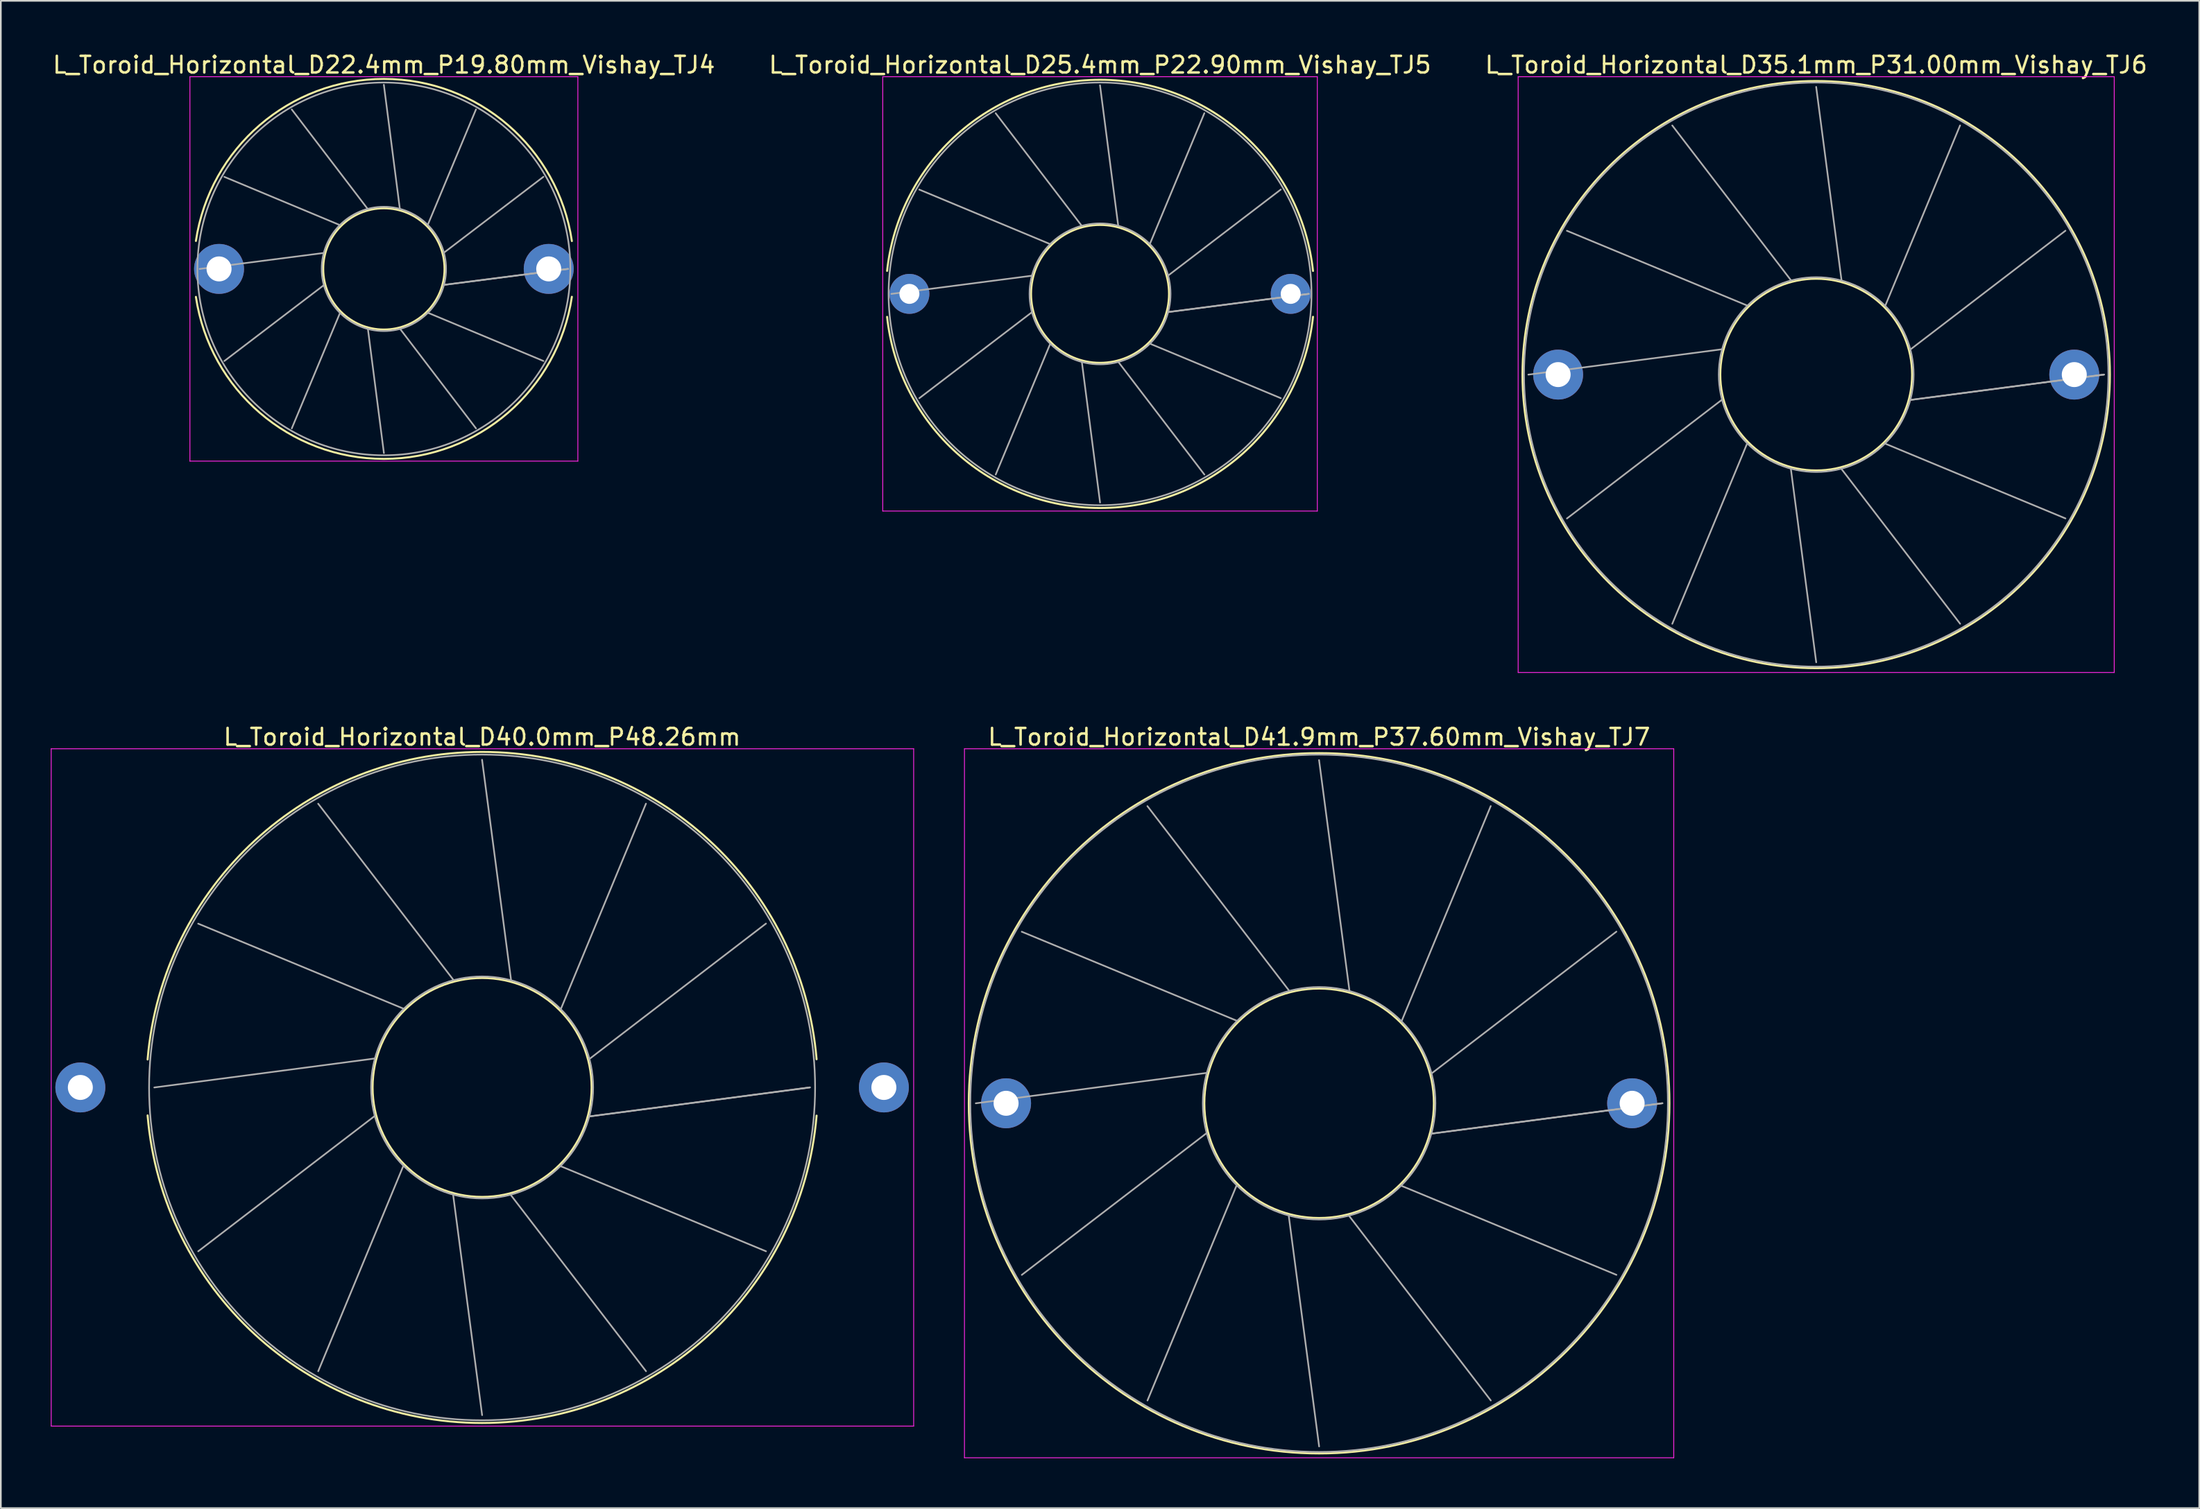
<source format=kicad_pcb>
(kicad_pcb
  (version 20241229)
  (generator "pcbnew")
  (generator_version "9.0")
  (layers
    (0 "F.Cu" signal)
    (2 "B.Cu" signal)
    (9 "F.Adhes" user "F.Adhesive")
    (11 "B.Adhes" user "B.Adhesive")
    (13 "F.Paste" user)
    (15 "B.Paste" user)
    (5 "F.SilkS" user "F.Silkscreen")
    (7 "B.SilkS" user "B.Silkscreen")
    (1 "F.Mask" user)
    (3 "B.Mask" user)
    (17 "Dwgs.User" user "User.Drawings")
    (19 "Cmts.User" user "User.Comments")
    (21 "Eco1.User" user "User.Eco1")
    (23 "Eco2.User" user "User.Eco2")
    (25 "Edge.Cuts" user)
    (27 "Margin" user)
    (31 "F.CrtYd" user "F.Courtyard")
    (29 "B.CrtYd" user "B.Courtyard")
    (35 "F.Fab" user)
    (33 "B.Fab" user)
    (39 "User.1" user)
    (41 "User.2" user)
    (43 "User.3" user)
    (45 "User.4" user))
  (footprint "L_Toroid_Horizontal_D25.4mm_P22.90mm_Vishay_TJ5"
    (layer "F.Cu")
    (at 51.568 14.608)
    (property "Reference" "L_Toroid_Horizontal_D25.4mm_P22.90mm_Vishay_TJ5" (at 11.45 -13.76 0) (layer "F.SilkS") (effects (font (size 1 1) (thickness 0.15))))
    (attr through_hole)
    (fp_arc (start -1.34 -1.38) (mid 11.451843 -12.864233) (end 24.240395 -1.376336) (stroke (width 0.12) (type solid)) (layer "F.SilkS"))
    (fp_arc (start 24.240395 1.376336) (mid 11.451843 12.864233) (end -1.34 1.38) (stroke (width 0.12) (type solid)) (layer "F.SilkS"))
    (fp_circle (center 11.45 0) (end 15.593 0) (stroke (width 0.12) (type solid)) (fill no) (layer "F.SilkS"))
    (fp_line (start -1.6 -13.05) (end -1.6 13.05) (stroke (width 0.05) (type solid)) (layer "F.CrtYd"))
    (fp_line (start -1.6 13.05) (end 24.5 13.05) (stroke (width 0.05) (type solid)) (layer "F.CrtYd"))
    (fp_line (start 24.5 -13.05) (end -1.6 -13.05) (stroke (width 0.05) (type solid)) (layer "F.CrtYd"))
    (fp_line (start 24.5 13.05) (end 24.5 -13.05) (stroke (width 0.05) (type solid)) (layer "F.CrtYd"))
    (fp_line (start -1.084 0.001) (end 7.368 -1.093) (stroke (width 0.1) (type solid)) (layer "F.Fab"))
    (fp_line (start 0.594 -6.266) (end 8.461 -2.988) (stroke (width 0.1) (type solid)) (layer "F.Fab"))
    (fp_line (start 0.596 6.268) (end 7.368 1.094) (stroke (width 0.1) (type solid)) (layer "F.Fab"))
    (fp_line (start 5.182 -10.854) (end 10.356 -4.082) (stroke (width 0.1) (type solid)) (layer "F.Fab"))
    (fp_line (start 5.184 10.855) (end 8.462 2.989) (stroke (width 0.1) (type solid)) (layer "F.Fab"))
    (fp_line (start 11.448 -12.534) (end 12.543 -4.082) (stroke (width 0.1) (type solid)) (layer "F.Fab"))
    (fp_line (start 11.451 12.534) (end 10.356 4.082) (stroke (width 0.1) (type solid)) (layer "F.Fab"))
    (fp_line (start 17.715 -10.856) (end 14.438 -2.989) (stroke (width 0.1) (type solid)) (layer "F.Fab"))
    (fp_line (start 17.717 10.855) (end 12.544 4.082) (stroke (width 0.1) (type solid)) (layer "F.Fab"))
    (fp_line (start 22.304 -6.269) (end 15.532 -1.095) (stroke (width 0.1) (type solid)) (layer "F.Fab"))
    (fp_line (start 22.305 6.267) (end 14.438 2.988) (stroke (width 0.1) (type solid)) (layer "F.Fab"))
    (fp_line (start 23.984 -0.002) (end 15.532 1.093) (stroke (width 0.1) (type solid)) (layer "F.Fab"))
    (fp_line (start 23.984 0) (end 15.532 1.094) (stroke (width 0.1) (type solid)) (layer "F.Fab"))
    (fp_circle (center 11.45 0) (end 15.683 0) (stroke (width 0.1) (type solid)) (fill no) (layer "F.Fab"))
    (fp_circle (center 11.45 0) (end 24.15 0) (stroke (width 0.1) (type solid)) (fill no) (layer "F.Fab"))
    (pad "1" thru_hole circle (at 0 0) (size 2.4 2.4) (drill 1.2) (layers "*.Cu" "*.Mask"))
    (pad "2" thru_hole circle (at 22.9 0) (size 2.4 2.4) (drill 1.2) (layers "*.Cu" "*.Mask")))
  (footprint "L_Toroid_Horizontal_D22.4mm_P19.80mm_Vishay_TJ4"
    (layer "F.Cu")
    (at 10.106 13.108)
    (property "Reference" "L_Toroid_Horizontal_D22.4mm_P19.80mm_Vishay_TJ4" (at 9.9 -12.26 0) (layer "F.SilkS") (effects (font (size 1 1) (thickness 0.15))))
    (attr through_hole)
    (fp_arc (start -1.39 -1.68) (mid 9.902739 -11.414311) (end 21.190805 -1.674581) (stroke (width 0.12) (type solid)) (layer "F.SilkS"))
    (fp_arc (start 21.190805 1.674581) (mid 9.902739 11.414311) (end -1.39 1.68) (stroke (width 0.12) (type solid)) (layer "F.SilkS"))
    (fp_circle (center 9.9 0) (end 13.543 0) (stroke (width 0.12) (type solid)) (fill no) (layer "F.SilkS"))
    (fp_line (start -1.75 -11.55) (end -1.75 11.55) (stroke (width 0.05) (type solid)) (layer "F.CrtYd"))
    (fp_line (start -1.75 11.55) (end 21.55 11.55) (stroke (width 0.05) (type solid)) (layer "F.CrtYd"))
    (fp_line (start 21.55 -11.55) (end -1.75 -11.55) (stroke (width 0.05) (type solid)) (layer "F.CrtYd"))
    (fp_line (start 21.55 11.55) (end 21.55 -11.55) (stroke (width 0.05) (type solid)) (layer "F.CrtYd"))
    (fp_line (start -1.164 0.001) (end 6.31 -0.961) (stroke (width 0.1) (type solid)) (layer "F.Fab"))
    (fp_line (start 0.318 -5.531) (end 7.272 -2.627) (stroke (width 0.1) (type solid)) (layer "F.Fab"))
    (fp_line (start 0.319 5.533) (end 6.311 0.962) (stroke (width 0.1) (type solid)) (layer "F.Fab"))
    (fp_line (start 4.367 -9.581) (end 8.938 -3.589) (stroke (width 0.1) (type solid)) (layer "F.Fab"))
    (fp_line (start 4.368 9.582) (end 7.272 2.628) (stroke (width 0.1) (type solid)) (layer "F.Fab"))
    (fp_line (start 9.898 -11.064) (end 10.861 -3.59) (stroke (width 0.1) (type solid)) (layer "F.Fab"))
    (fp_line (start 9.901 11.064) (end 8.938 3.59) (stroke (width 0.1) (type solid)) (layer "F.Fab"))
    (fp_line (start 15.431 -9.583) (end 12.527 -2.628) (stroke (width 0.1) (type solid)) (layer "F.Fab"))
    (fp_line (start 15.432 9.582) (end 10.862 3.59) (stroke (width 0.1) (type solid)) (layer "F.Fab"))
    (fp_line (start 19.481 -5.534) (end 13.489 -0.962) (stroke (width 0.1) (type solid)) (layer "F.Fab"))
    (fp_line (start 19.482 5.532) (end 12.528 2.628) (stroke (width 0.1) (type solid)) (layer "F.Fab"))
    (fp_line (start 20.964 -0.002) (end 13.49 0.961) (stroke (width 0.1) (type solid)) (layer "F.Fab"))
    (fp_line (start 20.964 0) (end 13.49 0.962) (stroke (width 0.1) (type solid)) (layer "F.Fab"))
    (fp_circle (center 9.9 0) (end 13.633 0) (stroke (width 0.1) (type solid)) (fill no) (layer "F.Fab"))
    (fp_circle (center 9.9 0) (end 21.1 0) (stroke (width 0.1) (type solid)) (fill no) (layer "F.Fab"))
    (pad "1" thru_hole circle (at 0 0) (size 3 3) (drill 1.5) (layers "*.Cu" "*.Mask"))
    (pad "2" thru_hole circle (at 19.8 0) (size 3 3) (drill 1.5) (layers "*.Cu" "*.Mask")))
  (footprint "L_Toroid_Horizontal_D40.0mm_P48.26mm"
    (layer "F.Cu")
    (at 1.775 62.291)
    (property "Reference" "L_Toroid_Horizontal_D40.0mm_P48.26mm" (at 24.13 -21.06 0) (layer "F.SilkS") (effects (font (size 1 1) (thickness 0.15))))
    (attr through_hole)
    (fp_arc (start 4.04 -1.68) (mid 24.12302 -20.16012) (end 44.218832 -1.693911) (stroke (width 0.12) (type solid)) (layer "F.SilkS"))
    (fp_arc (start 44.218832 1.693911) (mid 24.12302 20.16012) (end 4.04 1.68) (stroke (width 0.12) (type solid)) (layer "F.SilkS"))
    (fp_circle (center 24.13 0) (end 30.707 0) (stroke (width 0.12) (type solid)) (fill no) (layer "F.SilkS"))
    (fp_line (start -1.75 -20.35) (end -1.75 20.35) (stroke (width 0.05) (type solid)) (layer "F.CrtYd"))
    (fp_line (start -1.75 20.35) (end 50.05 20.35) (stroke (width 0.05) (type solid)) (layer "F.CrtYd"))
    (fp_line (start 50.05 -20.35) (end -1.75 -20.35) (stroke (width 0.05) (type solid)) (layer "F.CrtYd"))
    (fp_line (start 50.05 20.35) (end 50.05 -20.35) (stroke (width 0.05) (type solid)) (layer "F.CrtYd"))
    (fp_line (start 4.442 0.002) (end 17.65 -1.736) (stroke (width 0.1) (type solid)) (layer "F.Fab"))
    (fp_line (start 7.078 -9.842) (end 19.386 -4.743) (stroke (width 0.1) (type solid)) (layer "F.Fab"))
    (fp_line (start 7.08 9.845) (end 17.651 1.737) (stroke (width 0.1) (type solid)) (layer "F.Fab"))
    (fp_line (start 14.284 -17.049) (end 22.393 -6.479) (stroke (width 0.1) (type solid)) (layer "F.Fab"))
    (fp_line (start 14.287 17.051) (end 19.387 4.744) (stroke (width 0.1) (type solid)) (layer "F.Fab"))
    (fp_line (start 24.127 -19.688) (end 25.865 -6.48) (stroke (width 0.1) (type solid)) (layer "F.Fab"))
    (fp_line (start 24.131 19.688) (end 22.394 6.48) (stroke (width 0.1) (type solid)) (layer "F.Fab"))
    (fp_line (start 33.971 -17.052) (end 28.873 -4.744) (stroke (width 0.1) (type solid)) (layer "F.Fab"))
    (fp_line (start 33.975 17.05) (end 25.866 6.48) (stroke (width 0.1) (type solid)) (layer "F.Fab"))
    (fp_line (start 41.179 -9.847) (end 30.609 -1.737) (stroke (width 0.1) (type solid)) (layer "F.Fab"))
    (fp_line (start 41.181 9.844) (end 28.874 4.743) (stroke (width 0.1) (type solid)) (layer "F.Fab"))
    (fp_line (start 43.818 -0.004) (end 30.61 1.735) (stroke (width 0.1) (type solid)) (layer "F.Fab"))
    (fp_line (start 43.818 0) (end 30.61 1.736) (stroke (width 0.1) (type solid)) (layer "F.Fab"))
    (fp_circle (center 24.13 0) (end 30.797 0) (stroke (width 0.1) (type solid)) (fill no) (layer "F.Fab"))
    (fp_circle (center 24.13 0) (end 44.13 0) (stroke (width 0.1) (type solid)) (fill no) (layer "F.Fab"))
    (pad "1" thru_hole circle (at 0 0) (size 3 3) (drill 1.5) (layers "*.Cu" "*.Mask"))
    (pad "2" thru_hole circle (at 48.26 0) (size 3 3) (drill 1.5) (layers "*.Cu" "*.Mask")))
  (footprint "L_Toroid_Horizontal_D41.9mm_P37.60mm_Vishay_TJ7"
    (layer "F.Cu")
    (at 57.375 63.242)
    (property "Reference" "L_Toroid_Horizontal_D41.9mm_P37.60mm_Vishay_TJ7" (at 18.8 -22.01 0) (layer "F.SilkS") (effects (font (size 1 1) (thickness 0.15))))
    (attr through_hole)
    (fp_circle (center 18.8 0) (end 25.693 0) (stroke (width 0.12) (type solid)) (fill no) (layer "F.SilkS"))
    (fp_circle (center 18.8 0) (end 39.84 0) (stroke (width 0.12) (type solid)) (fill no) (layer "F.SilkS"))
    (fp_line (start -2.5 -21.3) (end -2.5 21.3) (stroke (width 0.05) (type solid)) (layer "F.CrtYd"))
    (fp_line (start -2.5 21.3) (end 40.1 21.3) (stroke (width 0.05) (type solid)) (layer "F.CrtYd"))
    (fp_line (start 40.1 -21.3) (end -2.5 -21.3) (stroke (width 0.05) (type solid)) (layer "F.CrtYd"))
    (fp_line (start 40.1 21.3) (end 40.1 -21.3) (stroke (width 0.05) (type solid)) (layer "F.CrtYd"))
    (fp_line (start -1.819 0.002) (end 12.008 -1.819) (stroke (width 0.1) (type solid)) (layer "F.Fab"))
    (fp_line (start 0.942 -10.308) (end 13.828 -4.971) (stroke (width 0.1) (type solid)) (layer "F.Fab"))
    (fp_line (start 0.944 10.311) (end 12.009 1.82) (stroke (width 0.1) (type solid)) (layer "F.Fab"))
    (fp_line (start 8.488 -17.855) (end 16.979 -6.791) (stroke (width 0.1) (type solid)) (layer "F.Fab"))
    (fp_line (start 8.492 17.857) (end 13.829 4.972) (stroke (width 0.1) (type solid)) (layer "F.Fab"))
    (fp_line (start 18.797 -20.619) (end 20.619 -6.792) (stroke (width 0.1) (type solid)) (layer "F.Fab"))
    (fp_line (start 18.801 20.619) (end 16.981 6.792) (stroke (width 0.1) (type solid)) (layer "F.Fab"))
    (fp_line (start 29.107 -17.858) (end 23.771 -4.973) (stroke (width 0.1) (type solid)) (layer "F.Fab"))
    (fp_line (start 29.11 17.856) (end 20.62 6.792) (stroke (width 0.1) (type solid)) (layer "F.Fab"))
    (fp_line (start 36.655 -10.313) (end 25.591 -1.821) (stroke (width 0.1) (type solid)) (layer "F.Fab"))
    (fp_line (start 36.657 10.309) (end 23.772 4.972) (stroke (width 0.1) (type solid)) (layer "F.Fab"))
    (fp_line (start 39.419 -0.004) (end 25.592 1.818) (stroke (width 0.1) (type solid)) (layer "F.Fab"))
    (fp_line (start 39.419 0) (end 25.592 1.82) (stroke (width 0.1) (type solid)) (layer "F.Fab"))
    (fp_circle (center 18.8 0) (end 25.783 0) (stroke (width 0.1) (type solid)) (fill no) (layer "F.Fab"))
    (fp_circle (center 18.8 0) (end 39.75 0) (stroke (width 0.1) (type solid)) (fill no) (layer "F.Fab"))
    (pad "1" thru_hole circle (at 0 0) (size 3 3) (drill 1.5) (layers "*.Cu" "*.Mask"))
    (pad "2" thru_hole circle (at 37.6 0) (size 3 3) (drill 1.5) (layers "*.Cu" "*.Mask")))
  (footprint "L_Toroid_Horizontal_D35.1mm_P31.00mm_Vishay_TJ6"
    (layer "F.Cu")
    (at 90.53 19.458)
    (property "Reference" "L_Toroid_Horizontal_D35.1mm_P31.00mm_Vishay_TJ6" (at 15.5 -18.61 0) (layer "F.SilkS") (effects (font (size 1 1) (thickness 0.15))))
    (attr through_hole)
    (fp_circle (center 15.5 0) (end 21.26 0) (stroke (width 0.12) (type solid)) (fill no) (layer "F.SilkS"))
    (fp_circle (center 15.5 0) (end 33.14 0) (stroke (width 0.12) (type solid)) (fill no) (layer "F.SilkS"))
    (fp_line (start -2.4 -17.9) (end -2.4 17.9) (stroke (width 0.05) (type solid)) (layer "F.CrtYd"))
    (fp_line (start -2.4 17.9) (end 33.4 17.9) (stroke (width 0.05) (type solid)) (layer "F.CrtYd"))
    (fp_line (start 33.4 -17.9) (end -2.4 -17.9) (stroke (width 0.05) (type solid)) (layer "F.CrtYd"))
    (fp_line (start 33.4 17.9) (end 33.4 -17.9) (stroke (width 0.05) (type solid)) (layer "F.CrtYd"))
    (fp_line (start -1.787 0.002) (end 9.825 -1.52) (stroke (width 0.1) (type solid)) (layer "F.Fab"))
    (fp_line (start 0.528 -8.642) (end 11.345 -4.154) (stroke (width 0.1) (type solid)) (layer "F.Fab"))
    (fp_line (start 0.53 8.645) (end 9.825 1.521) (stroke (width 0.1) (type solid)) (layer "F.Fab"))
    (fp_line (start 6.855 -14.97) (end 13.979 -5.675) (stroke (width 0.1) (type solid)) (layer "F.Fab"))
    (fp_line (start 6.857 14.972) (end 11.346 4.155) (stroke (width 0.1) (type solid)) (layer "F.Fab"))
    (fp_line (start 15.498 -17.287) (end 17.02 -5.675) (stroke (width 0.1) (type solid)) (layer "F.Fab"))
    (fp_line (start 15.501 17.287) (end 13.98 5.675) (stroke (width 0.1) (type solid)) (layer "F.Fab"))
    (fp_line (start 24.141 -14.972) (end 19.654 -4.155) (stroke (width 0.1) (type solid)) (layer "F.Fab"))
    (fp_line (start 24.144 14.971) (end 17.021 5.675) (stroke (width 0.1) (type solid)) (layer "F.Fab"))
    (fp_line (start 30.47 -8.646) (end 21.175 -1.522) (stroke (width 0.1) (type solid)) (layer "F.Fab"))
    (fp_line (start 30.471 8.643) (end 19.654 4.154) (stroke (width 0.1) (type solid)) (layer "F.Fab"))
    (fp_line (start 32.787 -0.003) (end 21.175 1.52) (stroke (width 0.1) (type solid)) (layer "F.Fab"))
    (fp_line (start 32.787 0) (end 21.175 1.521) (stroke (width 0.1) (type solid)) (layer "F.Fab"))
    (fp_circle (center 15.5 0) (end 21.35 0) (stroke (width 0.1) (type solid)) (fill no) (layer "F.Fab"))
    (fp_circle (center 15.5 0) (end 33.05 0) (stroke (width 0.1) (type solid)) (fill no) (layer "F.Fab"))
    (pad "1" thru_hole circle (at 0 0) (size 3 3) (drill 1.5) (layers "*.Cu" "*.Mask"))
    (pad "2" thru_hole circle (at 31 0) (size 3 3) (drill 1.5) (layers "*.Cu" "*.Mask")))
  (gr_rect
    (start -3 -3)
    (end 129.036 87.567)
    (stroke (width 0.1) (type default))
    (fill no)
    (layer "Edge.Cuts")))
</source>
